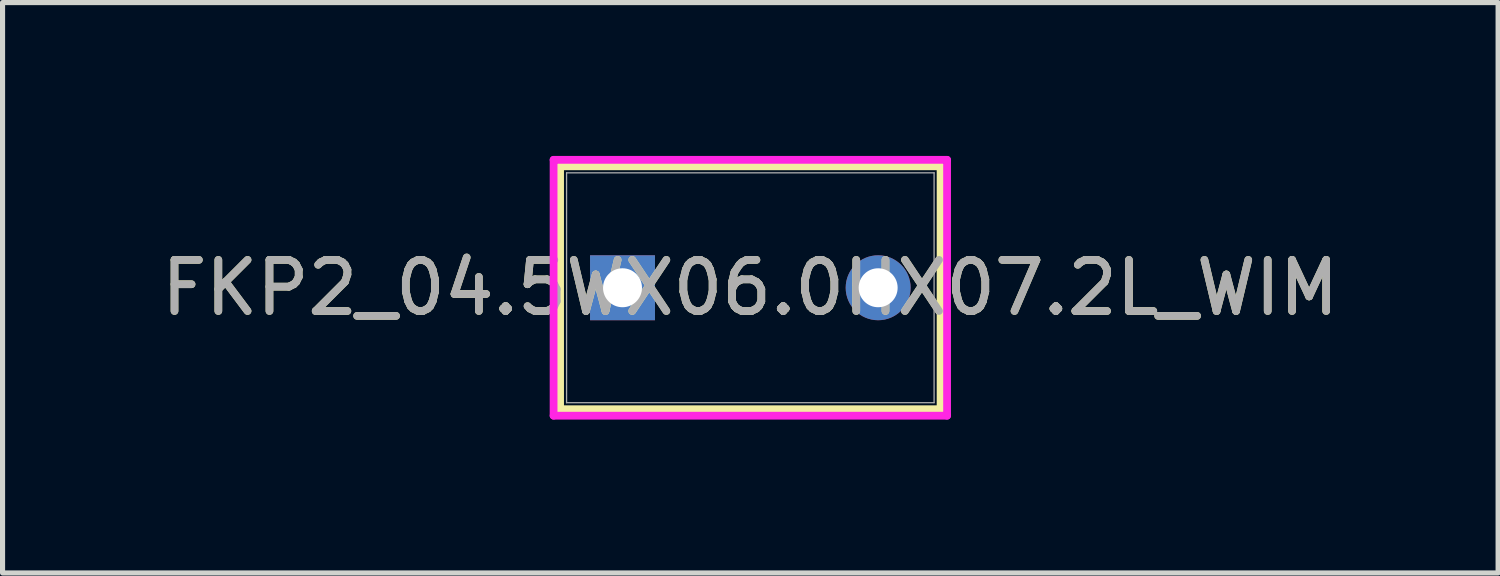
<source format=kicad_pcb>
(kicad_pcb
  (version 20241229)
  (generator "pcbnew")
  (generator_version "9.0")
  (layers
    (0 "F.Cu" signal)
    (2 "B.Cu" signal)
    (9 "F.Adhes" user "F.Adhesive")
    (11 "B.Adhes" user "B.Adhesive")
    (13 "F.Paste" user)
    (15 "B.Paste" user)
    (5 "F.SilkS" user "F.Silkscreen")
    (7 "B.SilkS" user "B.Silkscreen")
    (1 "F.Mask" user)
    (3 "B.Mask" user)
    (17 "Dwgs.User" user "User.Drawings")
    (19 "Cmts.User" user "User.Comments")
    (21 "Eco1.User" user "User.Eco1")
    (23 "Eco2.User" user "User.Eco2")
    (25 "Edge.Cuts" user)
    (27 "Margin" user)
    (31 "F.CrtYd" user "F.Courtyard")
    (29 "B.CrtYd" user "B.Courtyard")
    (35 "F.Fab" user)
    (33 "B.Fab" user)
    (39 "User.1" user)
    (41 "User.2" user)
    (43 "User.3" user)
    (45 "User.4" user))
  (footprint "FKP2_04.5WX06.0HX07.2L_WIM"
    (layer "F.Cu")
    (at 9.125 2.578)
    (property "Reference" "FKP2_04.5WX06.0HX07.2L_WIM" (at 2.5 0 0) (unlocked yes) (layer "F.SilkS") (effects (font (size 1 1) (thickness 0.15))))
    (attr through_hole)
    (fp_line (start -1.221 -2.375) (end -1.221 2.375) (stroke (width 0.152) (type solid)) (layer "F.SilkS"))
    (fp_line (start 6.221 -2.375) (end -1.221 -2.375) (stroke (width 0.152) (type solid)) (layer "F.SilkS"))
    (fp_line (start 6.221 -2.375) (end 6.221 2.375) (stroke (width 0.152) (type solid)) (layer "F.SilkS"))
    (fp_line (start 6.221 2.375) (end -1.221 2.375) (stroke (width 0.152) (type solid)) (layer "F.SilkS"))
    (fp_line (start -1.348 -2.502) (end 6.348 -2.502) (stroke (width 0.152) (type solid)) (layer "F.CrtYd"))
    (fp_line (start -1.348 2.502) (end -1.348 -2.502) (stroke (width 0.152) (type solid)) (layer "F.CrtYd"))
    (fp_line (start 6.348 -2.502) (end 6.348 2.502) (stroke (width 0.152) (type solid)) (layer "F.CrtYd"))
    (fp_line (start 6.348 2.502) (end -1.348 2.502) (stroke (width 0.152) (type solid)) (layer "F.CrtYd"))
    (fp_line (start -1.094 -2.248) (end -1.094 2.248) (stroke (width 0.025) (type solid)) (layer "F.Fab"))
    (fp_line (start 6.094 -2.248) (end -1.094 -2.248) (stroke (width 0.025) (type solid)) (layer "F.Fab"))
    (fp_line (start 6.094 -2.248) (end 6.094 2.248) (stroke (width 0.025) (type solid)) (layer "F.Fab"))
    (fp_line (start 6.094 2.248) (end -1.094 2.248) (stroke (width 0.025) (type solid)) (layer "F.Fab"))
    (fp_circle (center -0.586 0) (end -0.586 0) (stroke (width 0.025) (type solid)) (fill no) (layer "F.Fab"))
    (fp_text user "${REFERENCE}" (at 2.5 0 0) (unlocked yes) (layer "F.Fab") (effects (font (size 1 1) (thickness 0.15))))
    (pad "1" thru_hole rect (at 0 0) (size 1.27 1.27) (drill 0.762) (layers "*.Cu" "*.Mask"))
    (pad "2" thru_hole circle (at 5 0) (size 1.27 1.27) (drill 0.762) (layers "*.Cu" "*.Mask")))
  (gr_rect
    (start -3 -3)
    (end 26.25 8.156)
    (stroke (width 0.1) (type default))
    (fill no)
    (layer "Edge.Cuts")))
</source>
